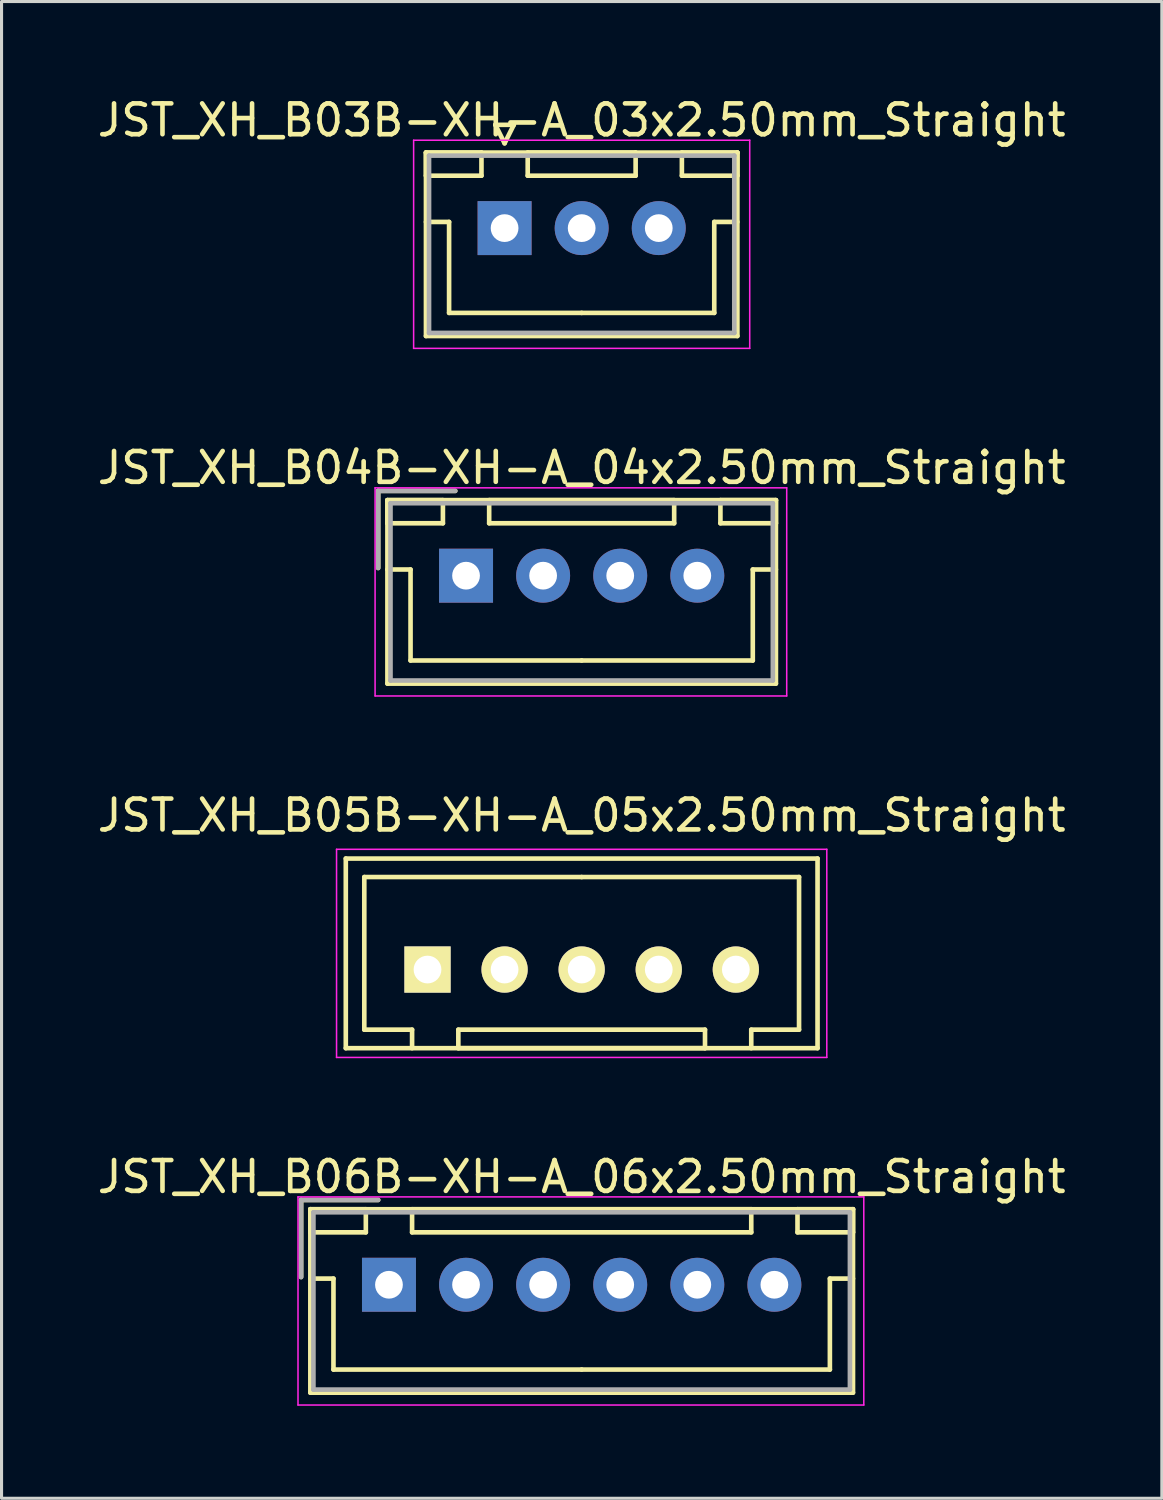
<source format=kicad_pcb>
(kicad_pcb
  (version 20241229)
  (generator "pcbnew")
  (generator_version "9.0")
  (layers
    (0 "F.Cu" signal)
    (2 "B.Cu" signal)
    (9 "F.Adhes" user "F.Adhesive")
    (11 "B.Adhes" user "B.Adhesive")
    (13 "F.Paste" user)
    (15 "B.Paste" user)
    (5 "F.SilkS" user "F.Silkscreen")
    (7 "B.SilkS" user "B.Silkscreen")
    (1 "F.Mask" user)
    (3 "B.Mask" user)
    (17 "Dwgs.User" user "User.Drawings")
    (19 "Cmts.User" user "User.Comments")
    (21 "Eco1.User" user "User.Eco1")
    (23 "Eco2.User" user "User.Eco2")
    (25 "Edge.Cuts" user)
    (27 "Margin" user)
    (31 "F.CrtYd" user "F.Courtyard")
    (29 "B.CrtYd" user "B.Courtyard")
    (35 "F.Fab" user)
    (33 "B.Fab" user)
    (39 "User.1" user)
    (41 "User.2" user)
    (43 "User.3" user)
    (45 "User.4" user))
  (footprint "JST_XH_B03B-XH-A_03x2.50mm_Straight"
    (layer "F.Cu")
    (at 13.315 4.348)
    (property "Reference" "JST_XH_B03B-XH-A_03x2.50mm_Straight" (at 2.5 -3.5 0) (layer "F.SilkS") (effects (font (size 1 1) (thickness 0.15))))
    (attr through_hole)
    (fp_line (start -2.55 -2.45) (end -2.55 -1.7) (stroke (width 0.15) (type solid)) (layer "F.SilkS"))
    (fp_line (start -2.55 -2.45) (end -2.55 3.5) (stroke (width 0.15) (type solid)) (layer "F.SilkS"))
    (fp_line (start -2.55 -1.7) (end -0.75 -1.7) (stroke (width 0.15) (type solid)) (layer "F.SilkS"))
    (fp_line (start -2.55 -0.2) (end -1.8 -0.2) (stroke (width 0.15) (type solid)) (layer "F.SilkS"))
    (fp_line (start -2.55 3.5) (end 7.55 3.5) (stroke (width 0.15) (type solid)) (layer "F.SilkS"))
    (fp_line (start -1.8 -0.2) (end -1.8 2.75) (stroke (width 0.15) (type solid)) (layer "F.SilkS"))
    (fp_line (start -1.8 2.75) (end 2.5 2.75) (stroke (width 0.15) (type solid)) (layer "F.SilkS"))
    (fp_line (start -0.75 -2.45) (end -2.55 -2.45) (stroke (width 0.15) (type solid)) (layer "F.SilkS"))
    (fp_line (start -0.75 -1.7) (end -0.75 -2.45) (stroke (width 0.15) (type solid)) (layer "F.SilkS"))
    (fp_line (start -0.3 -3.35) (end 0.3 -3.35) (stroke (width 0.15) (type solid)) (layer "F.SilkS"))
    (fp_line (start 0 -2.75) (end -0.3 -3.35) (stroke (width 0.15) (type solid)) (layer "F.SilkS"))
    (fp_line (start 0.3 -3.35) (end 0 -2.75) (stroke (width 0.15) (type solid)) (layer "F.SilkS"))
    (fp_line (start 0.75 -2.45) (end 0.75 -1.7) (stroke (width 0.15) (type solid)) (layer "F.SilkS"))
    (fp_line (start 0.75 -1.7) (end 4.25 -1.7) (stroke (width 0.15) (type solid)) (layer "F.SilkS"))
    (fp_line (start 4.25 -2.45) (end 0.75 -2.45) (stroke (width 0.15) (type solid)) (layer "F.SilkS"))
    (fp_line (start 4.25 -1.7) (end 4.25 -2.45) (stroke (width 0.15) (type solid)) (layer "F.SilkS"))
    (fp_line (start 5.75 -2.45) (end 5.75 -1.7) (stroke (width 0.15) (type solid)) (layer "F.SilkS"))
    (fp_line (start 5.75 -1.7) (end 7.55 -1.7) (stroke (width 0.15) (type solid)) (layer "F.SilkS"))
    (fp_line (start 6.8 -0.2) (end 6.8 2.75) (stroke (width 0.15) (type solid)) (layer "F.SilkS"))
    (fp_line (start 6.8 2.75) (end 2.5 2.75) (stroke (width 0.15) (type solid)) (layer "F.SilkS"))
    (fp_line (start 7.55 -2.45) (end -2.55 -2.45) (stroke (width 0.15) (type solid)) (layer "F.SilkS"))
    (fp_line (start 7.55 -2.45) (end 5.75 -2.45) (stroke (width 0.15) (type solid)) (layer "F.SilkS"))
    (fp_line (start 7.55 -1.7) (end 7.55 -2.45) (stroke (width 0.15) (type solid)) (layer "F.SilkS"))
    (fp_line (start 7.55 -0.2) (end 6.8 -0.2) (stroke (width 0.15) (type solid)) (layer "F.SilkS"))
    (fp_line (start 7.55 3.5) (end 7.55 -2.45) (stroke (width 0.15) (type solid)) (layer "F.SilkS"))
    (fp_line (start -2.95 -2.85) (end -2.95 3.9) (stroke (width 0.05) (type solid)) (layer "F.CrtYd"))
    (fp_line (start -2.95 3.9) (end 7.95 3.9) (stroke (width 0.05) (type solid)) (layer "F.CrtYd"))
    (fp_line (start 7.95 -2.85) (end -2.95 -2.85) (stroke (width 0.05) (type solid)) (layer "F.CrtYd"))
    (fp_line (start 7.95 3.9) (end 7.95 -2.85) (stroke (width 0.05) (type solid)) (layer "F.CrtYd"))
    (fp_line (start -2.45 -2.35) (end -2.45 3.4) (stroke (width 0.15) (type solid)) (layer "F.Fab"))
    (fp_line (start -2.45 3.4) (end 7.45 3.4) (stroke (width 0.15) (type solid)) (layer "F.Fab"))
    (fp_line (start 7.45 -2.35) (end -2.45 -2.35) (stroke (width 0.15) (type solid)) (layer "F.Fab"))
    (fp_line (start 7.45 3.4) (end 7.45 -2.35) (stroke (width 0.15) (type solid)) (layer "F.Fab"))
    (pad "1" thru_hole rect (at 0 0) (size 1.75 1.75) (drill 0.9) (layers "*.Cu" "*.Mask"))
    (pad "2" thru_hole circle (at 2.5 0) (size 1.75 1.75) (drill 0.9) (layers "*.Cu" "*.Mask"))
    (pad "3" thru_hole circle (at 5 0) (size 1.75 1.75) (drill 0.9) (layers "*.Cu" "*.Mask")))
  (footprint "JST_XH_B04B-XH-A_04x2.50mm_Straight"
    (layer "F.Cu")
    (at 12.065 15.621)
    (property "Reference" "JST_XH_B04B-XH-A_04x2.50mm_Straight" (at 3.75 -3.5 0) (layer "F.SilkS") (effects (font (size 1 1) (thickness 0.15))))
    (attr through_hole)
    (fp_line (start -2.85 -2.75) (end -2.85 -0.25) (stroke (width 0.15) (type solid)) (layer "F.SilkS"))
    (fp_line (start -2.55 -2.45) (end -2.55 -1.7) (stroke (width 0.15) (type solid)) (layer "F.SilkS"))
    (fp_line (start -2.55 -2.45) (end -2.55 3.5) (stroke (width 0.15) (type solid)) (layer "F.SilkS"))
    (fp_line (start -2.55 -1.7) (end -0.75 -1.7) (stroke (width 0.15) (type solid)) (layer "F.SilkS"))
    (fp_line (start -2.55 -0.2) (end -1.8 -0.2) (stroke (width 0.15) (type solid)) (layer "F.SilkS"))
    (fp_line (start -2.55 3.5) (end 10.05 3.5) (stroke (width 0.15) (type solid)) (layer "F.SilkS"))
    (fp_line (start -1.8 -0.2) (end -1.8 2.75) (stroke (width 0.15) (type solid)) (layer "F.SilkS"))
    (fp_line (start -1.8 2.75) (end 3.75 2.75) (stroke (width 0.15) (type solid)) (layer "F.SilkS"))
    (fp_line (start -0.75 -2.45) (end -2.55 -2.45) (stroke (width 0.15) (type solid)) (layer "F.SilkS"))
    (fp_line (start -0.75 -1.7) (end -0.75 -2.45) (stroke (width 0.15) (type solid)) (layer "F.SilkS"))
    (fp_line (start -0.35 -2.75) (end -2.85 -2.75) (stroke (width 0.15) (type solid)) (layer "F.SilkS"))
    (fp_line (start 0.75 -2.45) (end 0.75 -1.7) (stroke (width 0.15) (type solid)) (layer "F.SilkS"))
    (fp_line (start 0.75 -1.7) (end 6.75 -1.7) (stroke (width 0.15) (type solid)) (layer "F.SilkS"))
    (fp_line (start 6.75 -2.45) (end 0.75 -2.45) (stroke (width 0.15) (type solid)) (layer "F.SilkS"))
    (fp_line (start 6.75 -1.7) (end 6.75 -2.45) (stroke (width 0.15) (type solid)) (layer "F.SilkS"))
    (fp_line (start 8.25 -2.45) (end 8.25 -1.7) (stroke (width 0.15) (type solid)) (layer "F.SilkS"))
    (fp_line (start 8.25 -1.7) (end 10.05 -1.7) (stroke (width 0.15) (type solid)) (layer "F.SilkS"))
    (fp_line (start 9.3 -0.2) (end 9.3 2.75) (stroke (width 0.15) (type solid)) (layer "F.SilkS"))
    (fp_line (start 9.3 2.75) (end 3.75 2.75) (stroke (width 0.15) (type solid)) (layer "F.SilkS"))
    (fp_line (start 10.05 -2.45) (end -2.55 -2.45) (stroke (width 0.15) (type solid)) (layer "F.SilkS"))
    (fp_line (start 10.05 -2.45) (end 8.25 -2.45) (stroke (width 0.15) (type solid)) (layer "F.SilkS"))
    (fp_line (start 10.05 -1.7) (end 10.05 -2.45) (stroke (width 0.15) (type solid)) (layer "F.SilkS"))
    (fp_line (start 10.05 -0.2) (end 9.3 -0.2) (stroke (width 0.15) (type solid)) (layer "F.SilkS"))
    (fp_line (start 10.05 3.5) (end 10.05 -2.45) (stroke (width 0.15) (type solid)) (layer "F.SilkS"))
    (fp_line (start -2.95 -2.85) (end -2.95 3.9) (stroke (width 0.05) (type solid)) (layer "F.CrtYd"))
    (fp_line (start -2.95 3.9) (end 10.4 3.9) (stroke (width 0.05) (type solid)) (layer "F.CrtYd"))
    (fp_line (start 10.4 -2.85) (end -2.95 -2.85) (stroke (width 0.05) (type solid)) (layer "F.CrtYd"))
    (fp_line (start 10.4 3.9) (end 10.4 -2.85) (stroke (width 0.05) (type solid)) (layer "F.CrtYd"))
    (fp_line (start -2.85 -2.75) (end -2.85 -0.25) (stroke (width 0.15) (type solid)) (layer "F.Fab"))
    (fp_line (start -2.45 -2.35) (end -2.45 3.4) (stroke (width 0.15) (type solid)) (layer "F.Fab"))
    (fp_line (start -2.45 3.4) (end 9.95 3.4) (stroke (width 0.15) (type solid)) (layer "F.Fab"))
    (fp_line (start -0.35 -2.75) (end -2.85 -2.75) (stroke (width 0.15) (type solid)) (layer "F.Fab"))
    (fp_line (start 9.95 -2.35) (end -2.45 -2.35) (stroke (width 0.15) (type solid)) (layer "F.Fab"))
    (fp_line (start 9.95 3.4) (end 9.95 -2.35) (stroke (width 0.15) (type solid)) (layer "F.Fab"))
    (pad "1" thru_hole rect (at 0 0) (size 1.75 1.75) (drill 0.9) (layers "*.Cu" "*.Mask"))
    (pad "2" thru_hole circle (at 2.5 0) (size 1.75 1.75) (drill 0.9) (layers "*.Cu" "*.Mask"))
    (pad "3" thru_hole circle (at 5 0) (size 1.75 1.75) (drill 0.9) (layers "*.Cu" "*.Mask"))
    (pad "4" thru_hole circle (at 7.5 0) (size 1.75 1.75) (drill 0.9) (layers "*.Cu" "*.Mask")))
  (footprint "JST_XH_B06B-XH-A_06x2.50mm_Straight"
    (layer "F.Cu")
    (at 9.565 38.618)
    (property "Reference" "JST_XH_B06B-XH-A_06x2.50mm_Straight" (at 6.25 -3.5 0) (layer "F.SilkS") (effects (font (size 1 1) (thickness 0.15))))
    (attr through_hole)
    (fp_line (start -2.85 -2.75) (end -2.85 -0.25) (stroke (width 0.15) (type solid)) (layer "F.SilkS"))
    (fp_line (start -2.55 -2.45) (end -2.55 -1.7) (stroke (width 0.15) (type solid)) (layer "F.SilkS"))
    (fp_line (start -2.55 -2.45) (end -2.55 3.5) (stroke (width 0.15) (type solid)) (layer "F.SilkS"))
    (fp_line (start -2.55 -1.7) (end -0.75 -1.7) (stroke (width 0.15) (type solid)) (layer "F.SilkS"))
    (fp_line (start -2.55 -0.2) (end -1.8 -0.2) (stroke (width 0.15) (type solid)) (layer "F.SilkS"))
    (fp_line (start -2.55 3.5) (end 15.05 3.5) (stroke (width 0.15) (type solid)) (layer "F.SilkS"))
    (fp_line (start -1.8 -0.2) (end -1.8 2.75) (stroke (width 0.15) (type solid)) (layer "F.SilkS"))
    (fp_line (start -1.8 2.75) (end 6.25 2.75) (stroke (width 0.15) (type solid)) (layer "F.SilkS"))
    (fp_line (start -0.75 -2.45) (end -2.55 -2.45) (stroke (width 0.15) (type solid)) (layer "F.SilkS"))
    (fp_line (start -0.75 -1.7) (end -0.75 -2.45) (stroke (width 0.15) (type solid)) (layer "F.SilkS"))
    (fp_line (start -0.35 -2.75) (end -2.85 -2.75) (stroke (width 0.15) (type solid)) (layer "F.SilkS"))
    (fp_line (start 0.75 -2.45) (end 0.75 -1.7) (stroke (width 0.15) (type solid)) (layer "F.SilkS"))
    (fp_line (start 0.75 -1.7) (end 11.75 -1.7) (stroke (width 0.15) (type solid)) (layer "F.SilkS"))
    (fp_line (start 11.75 -2.45) (end 0.75 -2.45) (stroke (width 0.15) (type solid)) (layer "F.SilkS"))
    (fp_line (start 11.75 -1.7) (end 11.75 -2.45) (stroke (width 0.15) (type solid)) (layer "F.SilkS"))
    (fp_line (start 13.25 -2.45) (end 13.25 -1.7) (stroke (width 0.15) (type solid)) (layer "F.SilkS"))
    (fp_line (start 13.25 -1.7) (end 15.05 -1.7) (stroke (width 0.15) (type solid)) (layer "F.SilkS"))
    (fp_line (start 14.3 -0.2) (end 14.3 2.75) (stroke (width 0.15) (type solid)) (layer "F.SilkS"))
    (fp_line (start 14.3 2.75) (end 6.25 2.75) (stroke (width 0.15) (type solid)) (layer "F.SilkS"))
    (fp_line (start 15.05 -2.45) (end -2.55 -2.45) (stroke (width 0.15) (type solid)) (layer "F.SilkS"))
    (fp_line (start 15.05 -2.45) (end 13.25 -2.45) (stroke (width 0.15) (type solid)) (layer "F.SilkS"))
    (fp_line (start 15.05 -1.7) (end 15.05 -2.45) (stroke (width 0.15) (type solid)) (layer "F.SilkS"))
    (fp_line (start 15.05 -0.2) (end 14.3 -0.2) (stroke (width 0.15) (type solid)) (layer "F.SilkS"))
    (fp_line (start 15.05 3.5) (end 15.05 -2.45) (stroke (width 0.15) (type solid)) (layer "F.SilkS"))
    (fp_line (start -2.95 -2.85) (end -2.95 3.9) (stroke (width 0.05) (type solid)) (layer "F.CrtYd"))
    (fp_line (start -2.95 3.9) (end 15.4 3.9) (stroke (width 0.05) (type solid)) (layer "F.CrtYd"))
    (fp_line (start 15.4 -2.85) (end -2.95 -2.85) (stroke (width 0.05) (type solid)) (layer "F.CrtYd"))
    (fp_line (start 15.4 3.9) (end 15.4 -2.85) (stroke (width 0.05) (type solid)) (layer "F.CrtYd"))
    (fp_line (start -2.85 -2.75) (end -2.85 -0.25) (stroke (width 0.15) (type solid)) (layer "F.Fab"))
    (fp_line (start -2.45 -2.35) (end -2.45 3.4) (stroke (width 0.15) (type solid)) (layer "F.Fab"))
    (fp_line (start -2.45 3.4) (end 14.95 3.4) (stroke (width 0.15) (type solid)) (layer "F.Fab"))
    (fp_line (start -0.35 -2.75) (end -2.85 -2.75) (stroke (width 0.15) (type solid)) (layer "F.Fab"))
    (fp_line (start 14.95 -2.35) (end -2.45 -2.35) (stroke (width 0.15) (type solid)) (layer "F.Fab"))
    (fp_line (start 14.95 3.4) (end 14.95 -2.35) (stroke (width 0.15) (type solid)) (layer "F.Fab"))
    (pad "1" thru_hole rect (at 0 0) (size 1.75 1.75) (drill 0.9) (layers "*.Cu" "*.Mask"))
    (pad "2" thru_hole circle (at 2.5 0) (size 1.75 1.75) (drill 0.9) (layers "*.Cu" "*.Mask"))
    (pad "3" thru_hole circle (at 5 0) (size 1.75 1.75) (drill 0.9) (layers "*.Cu" "*.Mask"))
    (pad "4" thru_hole circle (at 7.5 0) (size 1.75 1.75) (drill 0.9) (layers "*.Cu" "*.Mask"))
    (pad "5" thru_hole circle (at 10 0) (size 1.75 1.75) (drill 0.9) (layers "*.Cu" "*.Mask"))
    (pad "6" thru_hole circle (at 12.5 0) (size 1.75 1.75) (drill 0.9) (layers "*.Cu" "*.Mask")))
  (footprint "JST_XH_B05B-XH-A_05x2.50mm_Straight"
    (layer "F.Cu")
    (at 10.815 28.395)
    (property "Reference" "JST_XH_B05B-XH-A_05x2.50mm_Straight" (at 5 -5 0) (layer "F.SilkS") (effects (font (size 1 1) (thickness 0.15))))
    (attr through_hole)
    (fp_line (start -2.65 -3.6) (end -2.65 2.55) (stroke (width 0.15) (type solid)) (layer "F.SilkS"))
    (fp_line (start -2.65 2.55) (end 12.65 2.55) (stroke (width 0.15) (type solid)) (layer "F.SilkS"))
    (fp_line (start -2.05 -3) (end 5 -3) (stroke (width 0.15) (type solid)) (layer "F.SilkS"))
    (fp_line (start -2.05 1.95) (end -2.05 -3) (stroke (width 0.15) (type solid)) (layer "F.SilkS"))
    (fp_line (start -0.5 1.95) (end -2.05 1.95) (stroke (width 0.15) (type solid)) (layer "F.SilkS"))
    (fp_line (start -0.5 2.55) (end -0.5 1.95) (stroke (width 0.15) (type solid)) (layer "F.SilkS"))
    (fp_line (start 1 1.95) (end 1 2.55) (stroke (width 0.15) (type solid)) (layer "F.SilkS"))
    (fp_line (start 1 2.55) (end 9 2.55) (stroke (width 0.15) (type solid)) (layer "F.SilkS"))
    (fp_line (start 9 1.95) (end 1 1.95) (stroke (width 0.15) (type solid)) (layer "F.SilkS"))
    (fp_line (start 9 2.55) (end 9 1.95) (stroke (width 0.15) (type solid)) (layer "F.SilkS"))
    (fp_line (start 10.5 1.95) (end 12.05 1.95) (stroke (width 0.15) (type solid)) (layer "F.SilkS"))
    (fp_line (start 10.5 2.55) (end 10.5 1.95) (stroke (width 0.15) (type solid)) (layer "F.SilkS"))
    (fp_line (start 12.05 -3) (end 5 -3) (stroke (width 0.15) (type solid)) (layer "F.SilkS"))
    (fp_line (start 12.05 1.95) (end 12.05 -3) (stroke (width 0.15) (type solid)) (layer "F.SilkS"))
    (fp_line (start 12.65 -3.6) (end -2.65 -3.6) (stroke (width 0.15) (type solid)) (layer "F.SilkS"))
    (fp_line (start 12.65 2.55) (end 12.65 -3.6) (stroke (width 0.15) (type solid)) (layer "F.SilkS"))
    (fp_line (start -2.95 -3.9) (end -2.95 2.85) (stroke (width 0.05) (type solid)) (layer "F.CrtYd"))
    (fp_line (start -2.95 2.85) (end 12.95 2.85) (stroke (width 0.05) (type solid)) (layer "F.CrtYd"))
    (fp_line (start 12.95 -3.9) (end -2.95 -3.9) (stroke (width 0.05) (type solid)) (layer "F.CrtYd"))
    (fp_line (start 12.95 2.85) (end 12.95 -3.9) (stroke (width 0.05) (type solid)) (layer "F.CrtYd"))
    (pad "1" thru_hole rect (at 0 0) (size 1.5 1.5) (drill 0.9) (layers "*.Cu" "*.Mask" "F.SilkS"))
    (pad "2" thru_hole circle (at 2.5 0) (size 1.5 1.5) (drill 0.9) (layers "*.Cu" "*.Mask" "F.SilkS"))
    (pad "3" thru_hole circle (at 5 0) (size 1.5 1.5) (drill 0.9) (layers "*.Cu" "*.Mask" "F.SilkS"))
    (pad "4" thru_hole circle (at 7.5 0) (size 1.5 1.5) (drill 0.9) (layers "*.Cu" "*.Mask" "F.SilkS"))
    (pad "5" thru_hole circle (at 10 0) (size 1.5 1.5) (drill 0.9) (layers "*.Cu" "*.Mask" "F.SilkS")))
  (gr_rect
    (start -3 -3)
    (end 34.631 45.543)
    (stroke (width 0.1) (type default))
    (fill no)
    (layer "Edge.Cuts")))
</source>
